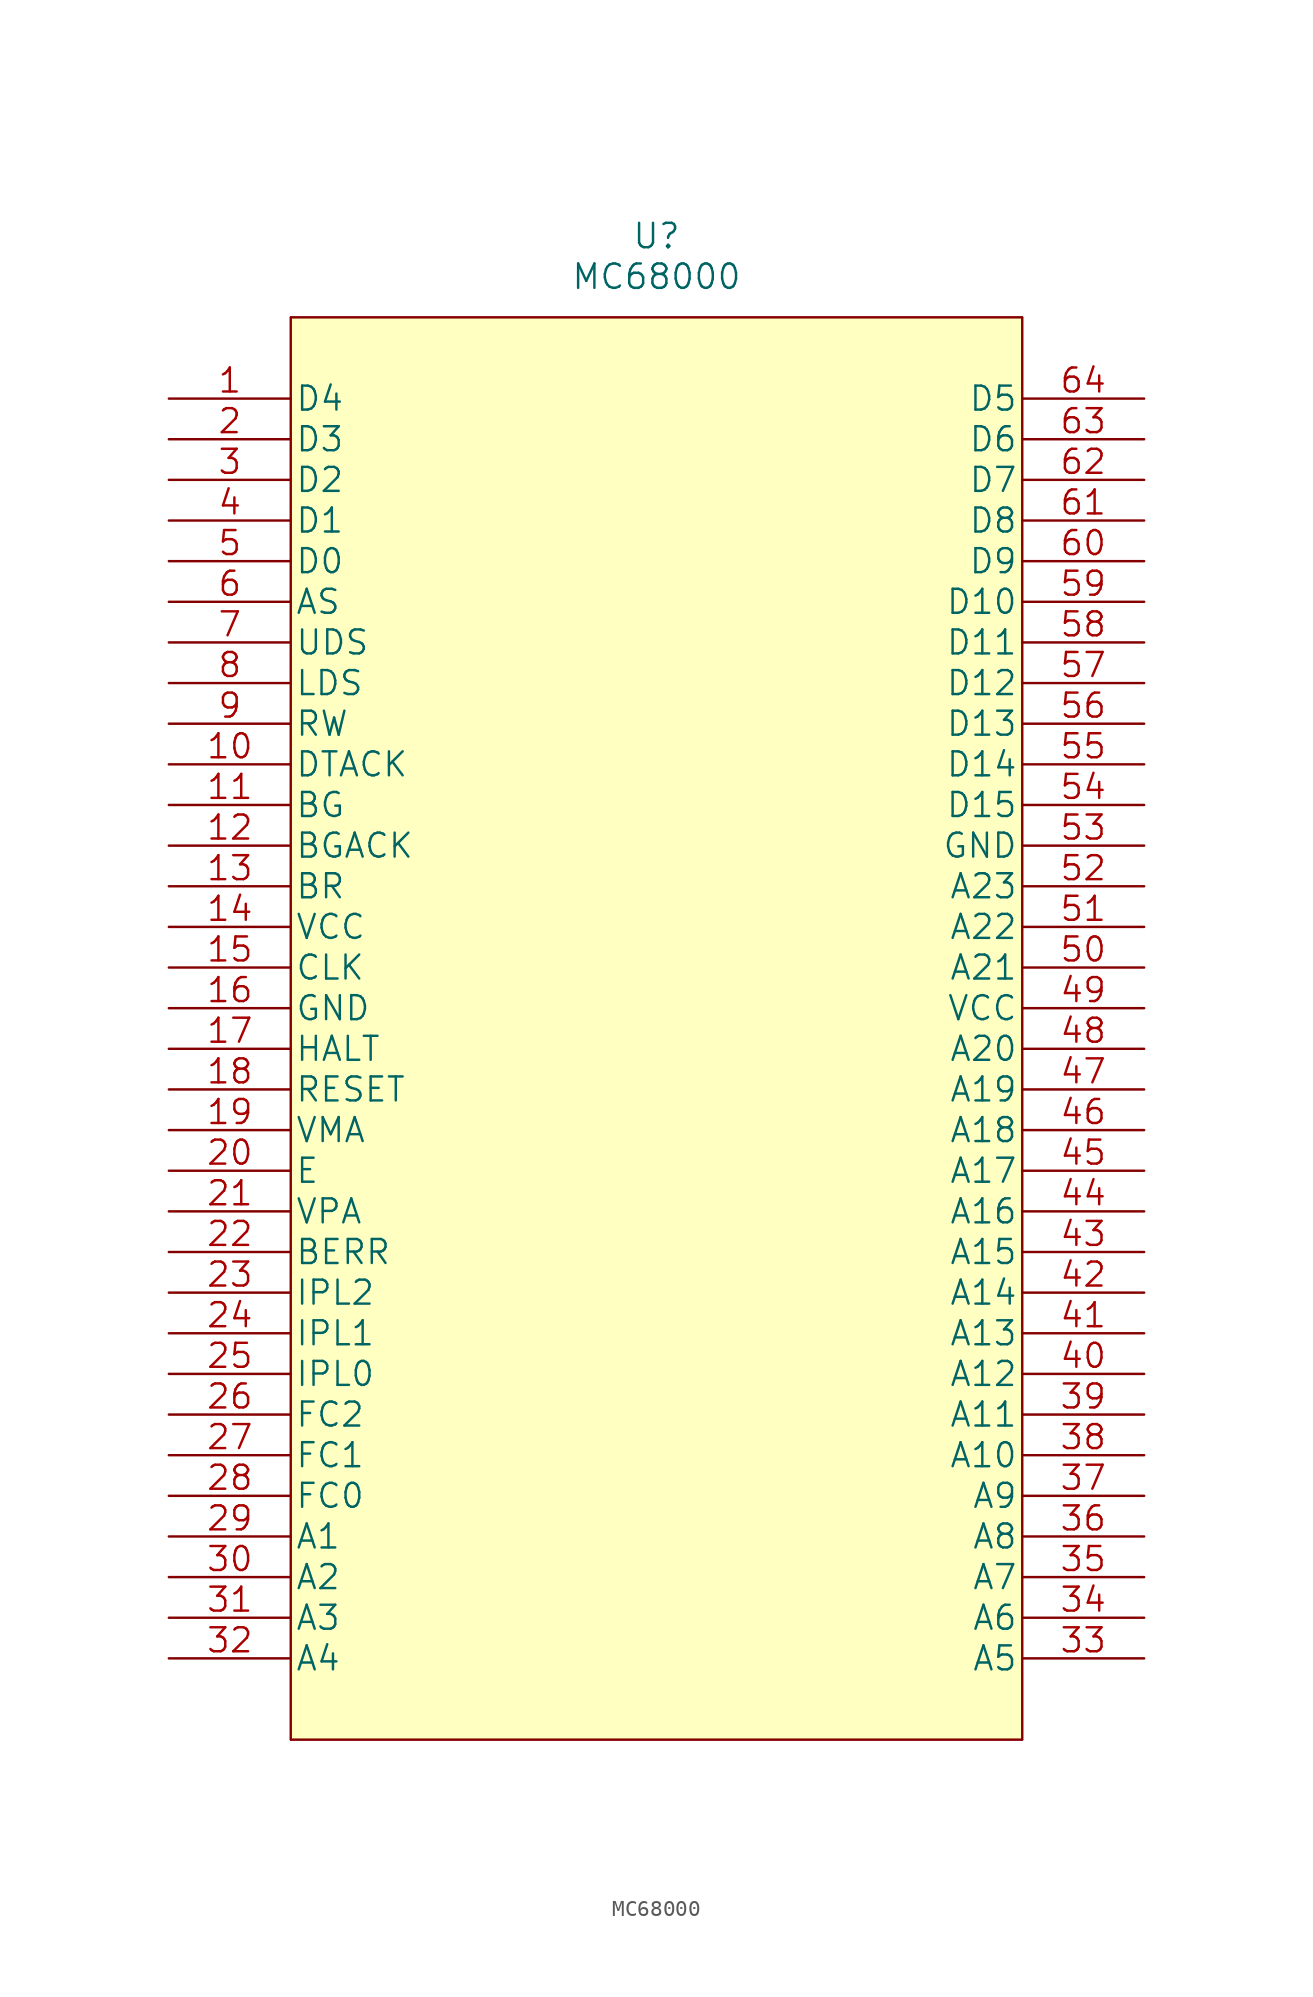
<source format=kicad_sym>
(kicad_symbol_lib
  (version 20241209)
  (generator "kicad_symbol_editor")
  (generator_version "9.0")
  (symbol "MC68000"
    (pin_names
      (offset 0.254))
    (property "Reference" "U"
      (at 0 49.53 0)
      (effects (font (size 1.524 1.524))))
    (property "Value" "MC68000"
      (at 0 46.99 0)
      (effects (font (size 1.524 1.524))))
    (property "Datasheet" ""
      (at -30.48 39.37 0)
      (effects (font (size 1.524 1.524))))
    (property "ki_locked" ""
      (at 0 0 0)
      (effects (font (size 1.27 1.27))))
    (symbol "MC68000_1_1"
      (rectangle (start -22.86 44.45) (end 22.86 -44.45) (stroke (width 0.127) (type solid)) (fill (type background)))
      (polyline (pts (xy -22.86 44.45) (xy -22.86 -44.45)) (stroke (width 0.127) (type solid)) (fill (type none)))
      (polyline (pts (xy -22.86 -44.45) (xy 22.86 -44.45)) (stroke (width 0.127) (type solid)) (fill (type background)))
      (polyline (pts (xy 22.86 44.45) (xy -22.86 44.45)) (stroke (width 0.127) (type solid)) (fill (type none)))
      (polyline (pts (xy 22.86 -44.45) (xy 22.86 44.45)) (stroke (width 0.127) (type solid)) (fill (type background)))
      (pin unspecified line (at -30.48 39.37 0) (length 7.62) (name "D4" (effects (font (size 1.499 1.499)))) (number "1" (effects (font (size 1.499 1.499)))))
      (pin unspecified line (at -30.48 36.83 0) (length 7.62) (name "D3" (effects (font (size 1.499 1.499)))) (number "2" (effects (font (size 1.499 1.499)))))
      (pin unspecified line (at -30.48 34.29 0) (length 7.62) (name "D2" (effects (font (size 1.499 1.499)))) (number "3" (effects (font (size 1.499 1.499)))))
      (pin unspecified line (at -30.48 31.75 0) (length 7.62) (name "D1" (effects (font (size 1.499 1.499)))) (number "4" (effects (font (size 1.499 1.499)))))
      (pin unspecified line (at -30.48 29.21 0) (length 7.62) (name "D0" (effects (font (size 1.499 1.499)))) (number "5" (effects (font (size 1.499 1.499)))))
      (pin unspecified line (at -30.48 26.67 0) (length 7.62) (name "AS" (effects (font (size 1.499 1.499)))) (number "6" (effects (font (size 1.499 1.499)))))
      (pin unspecified line (at -30.48 24.13 0) (length 7.62) (name "UDS" (effects (font (size 1.499 1.499)))) (number "7" (effects (font (size 1.499 1.499)))))
      (pin unspecified line (at -30.48 21.59 0) (length 7.62) (name "LDS" (effects (font (size 1.499 1.499)))) (number "8" (effects (font (size 1.499 1.499)))))
      (pin unspecified line (at -30.48 19.05 0) (length 7.62) (name "RW" (effects (font (size 1.499 1.499)))) (number "9" (effects (font (size 1.499 1.499)))))
      (pin input line (at -30.48 16.51 0) (length 7.62) (name "DTACK" (effects (font (size 1.499 1.499)))) (number "10" (effects (font (size 1.499 1.499)))))
      (pin output line (at -30.48 13.97 0) (length 7.62) (name "BG" (effects (font (size 1.499 1.499)))) (number "11" (effects (font (size 1.499 1.499)))))
      (pin input line (at -30.48 11.43 0) (length 7.62) (name "BGACK" (effects (font (size 1.499 1.499)))) (number "12" (effects (font (size 1.499 1.499)))))
      (pin input line (at -30.48 8.89 0) (length 7.62) (name "BR" (effects (font (size 1.499 1.499)))) (number "13" (effects (font (size 1.499 1.499)))))
      (pin power_in line (at -30.48 6.35 0) (length 7.62) (name "VCC" (effects (font (size 1.499 1.499)))) (number "14" (effects (font (size 1.499 1.499)))))
      (pin input line (at -30.48 3.81 0) (length 7.62) (name "CLK" (effects (font (size 1.499 1.499)))) (number "15" (effects (font (size 1.499 1.499)))))
      (pin power_in line (at -30.48 1.27 0) (length 7.62) (name "GND" (effects (font (size 1.499 1.499)))) (number "16" (effects (font (size 1.499 1.499)))))
      (pin unspecified line (at -30.48 -1.27 0) (length 7.62) (name "HALT" (effects (font (size 1.499 1.499)))) (number "17" (effects (font (size 1.499 1.499)))))
      (pin unspecified line (at -30.48 -3.81 0) (length 7.62) (name "RESET" (effects (font (size 1.499 1.499)))) (number "18" (effects (font (size 1.499 1.499)))))
      (pin unspecified line (at -30.48 -6.35 0) (length 7.62) (name "VMA" (effects (font (size 1.499 1.499)))) (number "19" (effects (font (size 1.499 1.499)))))
      (pin output line (at -30.48 -8.89 0) (length 7.62) (name "E" (effects (font (size 1.499 1.499)))) (number "20" (effects (font (size 1.499 1.499)))))
      (pin input line (at -30.48 -11.43 0) (length 7.62) (name "VPA" (effects (font (size 1.499 1.499)))) (number "21" (effects (font (size 1.499 1.499)))))
      (pin input line (at -30.48 -13.97 0) (length 7.62) (name "BERR" (effects (font (size 1.499 1.499)))) (number "22" (effects (font (size 1.499 1.499)))))
      (pin input line (at -30.48 -16.51 0) (length 7.62) (name "IPL2" (effects (font (size 1.499 1.499)))) (number "23" (effects (font (size 1.499 1.499)))))
      (pin input line (at -30.48 -19.05 0) (length 7.62) (name "IPL1" (effects (font (size 1.499 1.499)))) (number "24" (effects (font (size 1.499 1.499)))))
      (pin input line (at -30.48 -21.59 0) (length 7.62) (name "IPL0" (effects (font (size 1.499 1.499)))) (number "25" (effects (font (size 1.499 1.499)))))
      (pin unspecified line (at -30.48 -24.13 0) (length 7.62) (name "FC2" (effects (font (size 1.499 1.499)))) (number "26" (effects (font (size 1.499 1.499)))))
      (pin unspecified line (at -30.48 -26.67 0) (length 7.62) (name "FC1" (effects (font (size 1.499 1.499)))) (number "27" (effects (font (size 1.499 1.499)))))
      (pin unspecified line (at -30.48 -29.21 0) (length 7.62) (name "FC0" (effects (font (size 1.499 1.499)))) (number "28" (effects (font (size 1.499 1.499)))))
      (pin unspecified line (at -30.48 -31.75 0) (length 7.62) (name "A1" (effects (font (size 1.499 1.499)))) (number "29" (effects (font (size 1.499 1.499)))))
      (pin unspecified line (at -30.48 -34.29 0) (length 7.62) (name "A2" (effects (font (size 1.499 1.499)))) (number "30" (effects (font (size 1.499 1.499)))))
      (pin unspecified line (at -30.48 -36.83 0) (length 7.62) (name "A3" (effects (font (size 1.499 1.499)))) (number "31" (effects (font (size 1.499 1.499)))))
      (pin unspecified line (at -30.48 -39.37 0) (length 7.62) (name "A4" (effects (font (size 1.499 1.499)))) (number "32" (effects (font (size 1.499 1.499)))))
      (pin unspecified line (at 30.48 39.37 180) (length 7.62) (name "D5" (effects (font (size 1.499 1.499)))) (number "64" (effects (font (size 1.499 1.499)))))
      (pin unspecified line (at 30.48 36.83 180) (length 7.62) (name "D6" (effects (font (size 1.499 1.499)))) (number "63" (effects (font (size 1.499 1.499)))))
      (pin unspecified line (at 30.48 34.29 180) (length 7.62) (name "D7" (effects (font (size 1.499 1.499)))) (number "62" (effects (font (size 1.499 1.499)))))
      (pin unspecified line (at 30.48 31.75 180) (length 7.62) (name "D8" (effects (font (size 1.499 1.499)))) (number "61" (effects (font (size 1.499 1.499)))))
      (pin unspecified line (at 30.48 29.21 180) (length 7.62) (name "D9" (effects (font (size 1.499 1.499)))) (number "60" (effects (font (size 1.499 1.499)))))
      (pin unspecified line (at 30.48 26.67 180) (length 7.62) (name "D10" (effects (font (size 1.499 1.499)))) (number "59" (effects (font (size 1.499 1.499)))))
      (pin unspecified line (at 30.48 24.13 180) (length 7.62) (name "D11" (effects (font (size 1.499 1.499)))) (number "58" (effects (font (size 1.499 1.499)))))
      (pin unspecified line (at 30.48 21.59 180) (length 7.62) (name "D12" (effects (font (size 1.499 1.499)))) (number "57" (effects (font (size 1.499 1.499)))))
      (pin unspecified line (at 30.48 19.05 180) (length 7.62) (name "D13" (effects (font (size 1.499 1.499)))) (number "56" (effects (font (size 1.499 1.499)))))
      (pin unspecified line (at 30.48 16.51 180) (length 7.62) (name "D14" (effects (font (size 1.499 1.499)))) (number "55" (effects (font (size 1.499 1.499)))))
      (pin unspecified line (at 30.48 13.97 180) (length 7.62) (name "D15" (effects (font (size 1.499 1.499)))) (number "54" (effects (font (size 1.499 1.499)))))
      (pin power_in line (at 30.48 11.43 180) (length 7.62) (name "GND" (effects (font (size 1.499 1.499)))) (number "53" (effects (font (size 1.499 1.499)))))
      (pin unspecified line (at 30.48 8.89 180) (length 7.62) (name "A23" (effects (font (size 1.499 1.499)))) (number "52" (effects (font (size 1.499 1.499)))))
      (pin unspecified line (at 30.48 6.35 180) (length 7.62) (name "A22" (effects (font (size 1.499 1.499)))) (number "51" (effects (font (size 1.499 1.499)))))
      (pin unspecified line (at 30.48 3.81 180) (length 7.62) (name "A21" (effects (font (size 1.499 1.499)))) (number "50" (effects (font (size 1.499 1.499)))))
      (pin power_in line (at 30.48 1.27 180) (length 7.62) (name "VCC" (effects (font (size 1.499 1.499)))) (number "49" (effects (font (size 1.499 1.499)))))
      (pin unspecified line (at 30.48 -1.27 180) (length 7.62) (name "A20" (effects (font (size 1.499 1.499)))) (number "48" (effects (font (size 1.499 1.499)))))
      (pin unspecified line (at 30.48 -3.81 180) (length 7.62) (name "A19" (effects (font (size 1.499 1.499)))) (number "47" (effects (font (size 1.499 1.499)))))
      (pin unspecified line (at 30.48 -6.35 180) (length 7.62) (name "A18" (effects (font (size 1.499 1.499)))) (number "46" (effects (font (size 1.499 1.499)))))
      (pin unspecified line (at 30.48 -8.89 180) (length 7.62) (name "A17" (effects (font (size 1.499 1.499)))) (number "45" (effects (font (size 1.499 1.499)))))
      (pin unspecified line (at 30.48 -11.43 180) (length 7.62) (name "A16" (effects (font (size 1.499 1.499)))) (number "44" (effects (font (size 1.499 1.499)))))
      (pin unspecified line (at 30.48 -13.97 180) (length 7.62) (name "A15" (effects (font (size 1.499 1.499)))) (number "43" (effects (font (size 1.499 1.499)))))
      (pin unspecified line (at 30.48 -16.51 180) (length 7.62) (name "A14" (effects (font (size 1.499 1.499)))) (number "42" (effects (font (size 1.499 1.499)))))
      (pin unspecified line (at 30.48 -19.05 180) (length 7.62) (name "A13" (effects (font (size 1.499 1.499)))) (number "41" (effects (font (size 1.499 1.499)))))
      (pin unspecified line (at 30.48 -21.59 180) (length 7.62) (name "A12" (effects (font (size 1.499 1.499)))) (number "40" (effects (font (size 1.499 1.499)))))
      (pin unspecified line (at 30.48 -24.13 180) (length 7.62) (name "A11" (effects (font (size 1.499 1.499)))) (number "39" (effects (font (size 1.499 1.499)))))
      (pin unspecified line (at 30.48 -26.67 180) (length 7.62) (name "A10" (effects (font (size 1.499 1.499)))) (number "38" (effects (font (size 1.499 1.499)))))
      (pin unspecified line (at 30.48 -29.21 180) (length 7.62) (name "A9" (effects (font (size 1.499 1.499)))) (number "37" (effects (font (size 1.499 1.499)))))
      (pin unspecified line (at 30.48 -31.75 180) (length 7.62) (name "A8" (effects (font (size 1.499 1.499)))) (number "36" (effects (font (size 1.499 1.499)))))
      (pin unspecified line (at 30.48 -34.29 180) (length 7.62) (name "A7" (effects (font (size 1.499 1.499)))) (number "35" (effects (font (size 1.499 1.499)))))
      (pin unspecified line (at 30.48 -36.83 180) (length 7.62) (name "A6" (effects (font (size 1.499 1.499)))) (number "34" (effects (font (size 1.499 1.499)))))
      (pin unspecified line (at 30.48 -39.37 180) (length 7.62) (name "A5" (effects (font (size 1.499 1.499)))) (number "33" (effects (font (size 1.499 1.499))))))))
</source>
